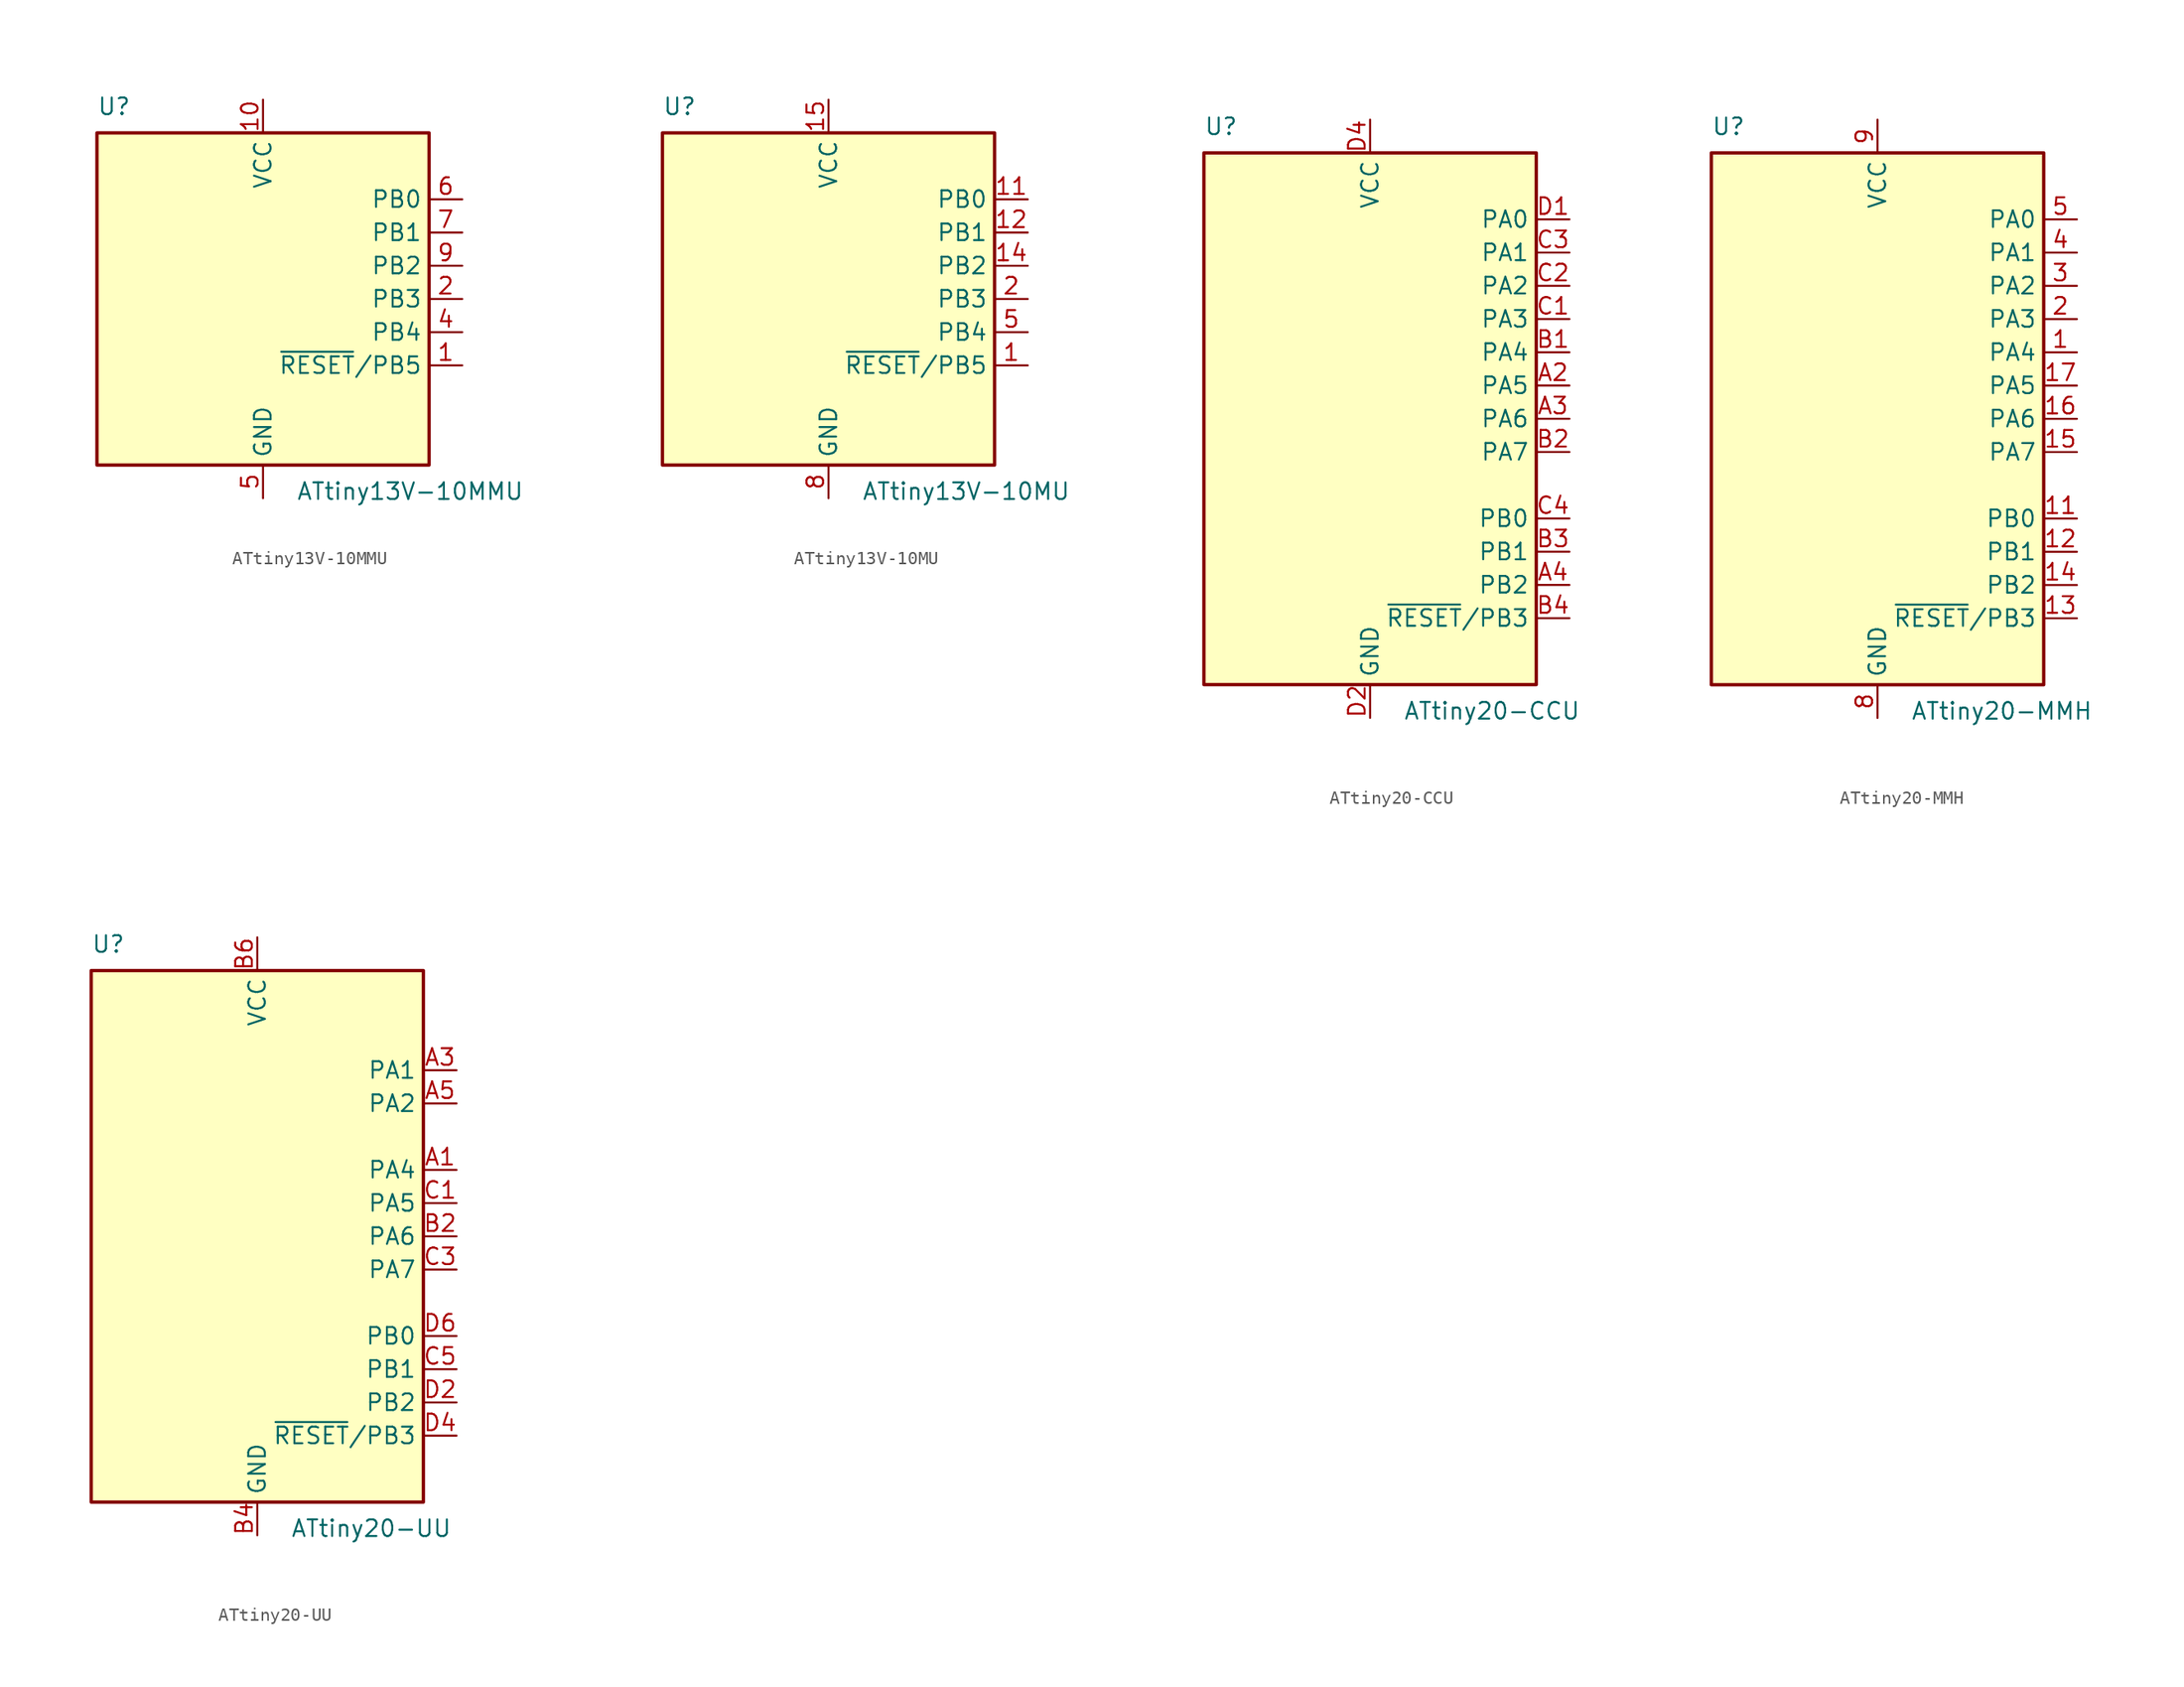
<source format=kicad_sym>
(kicad_symbol_lib
  (version 20201005)
  (generator kicad_symbol_editor)
  (symbol "ATtiny13V-10MMU"
    (property "Reference" "U"
      (at -12.7 13.97 0)
      (effects (font (size 1.27 1.27)) (justify left bottom)))
    (property "Value" "ATtiny13V-10MMU"
      (at 2.54 -13.97 0)
      (effects (font (size 1.27 1.27)) (justify left top)))
    (symbol "ATtiny13V-10MMU_0_1"
      (rectangle (start -12.7 -12.7) (end 12.7 12.7) (stroke (width 0.254)) (fill (type background))))
    (symbol "ATtiny13V-10MMU_1_1"
      (pin tri_state line (at 15.24 -5.08 180) (length 2.54) (name "~RESET~/PB5" (effects (font (size 1.27 1.27)))) (number "1" (effects (font (size 1.27 1.27)))))
      (pin power_in line (at 0 15.24 270) (length 2.54) (name "VCC" (effects (font (size 1.27 1.27)))) (number "10" (effects (font (size 1.27 1.27)))))
      (pin passive line (at 0 -15.24 90) (length 2.54) hide (name "GND" (effects (font (size 1.27 1.27)))) (number "11" (effects (font (size 1.27 1.27)))))
      (pin tri_state line (at 15.24 0 180) (length 2.54) (name "PB3" (effects (font (size 1.27 1.27)))) (number "2" (effects (font (size 1.27 1.27)))))
      (pin no_connect line (at -12.7 -7.62 0) (length 2.54) hide (name "NC" (effects (font (size 1.27 1.27)))) (number "3" (effects (font (size 1.27 1.27)))))
      (pin tri_state line (at 15.24 -2.54 180) (length 2.54) (name "PB4" (effects (font (size 1.27 1.27)))) (number "4" (effects (font (size 1.27 1.27)))))
      (pin power_in line (at 0 -15.24 90) (length 2.54) (name "GND" (effects (font (size 1.27 1.27)))) (number "5" (effects (font (size 1.27 1.27)))))
      (pin tri_state line (at 15.24 7.62 180) (length 2.54) (name "PB0" (effects (font (size 1.27 1.27)))) (number "6" (effects (font (size 1.27 1.27)))))
      (pin tri_state line (at 15.24 5.08 180) (length 2.54) (name "PB1" (effects (font (size 1.27 1.27)))) (number "7" (effects (font (size 1.27 1.27)))))
      (pin no_connect line (at -12.7 -10.16 0) (length 2.54) hide (name "NC" (effects (font (size 1.27 1.27)))) (number "8" (effects (font (size 1.27 1.27)))))
      (pin tri_state line (at 15.24 2.54 180) (length 2.54) (name "PB2" (effects (font (size 1.27 1.27)))) (number "9" (effects (font (size 1.27 1.27)))))))
  (symbol "ATtiny13V-10MU"
    (property "Reference" "U"
      (at -12.7 13.97 0)
      (effects (font (size 1.27 1.27)) (justify left bottom)))
    (property "Value" "ATtiny13V-10MU"
      (at 2.54 -13.97 0)
      (effects (font (size 1.27 1.27)) (justify left top)))
    (symbol "ATtiny13V-10MU_0_1"
      (rectangle (start -12.7 -12.7) (end 12.7 12.7) (stroke (width 0.254)) (fill (type background))))
    (symbol "ATtiny13V-10MU_1_1"
      (pin tri_state line (at 15.24 -5.08 180) (length 2.54) (name "~RESET~/PB5" (effects (font (size 1.27 1.27)))) (number "1" (effects (font (size 1.27 1.27)))))
      (pin no_connect line (at -12.7 -2.54 0) (length 2.54) hide (name "NC" (effects (font (size 1.27 1.27)))) (number "10" (effects (font (size 1.27 1.27)))))
      (pin tri_state line (at 15.24 7.62 180) (length 2.54) (name "PB0" (effects (font (size 1.27 1.27)))) (number "11" (effects (font (size 1.27 1.27)))))
      (pin tri_state line (at 15.24 5.08 180) (length 2.54) (name "PB1" (effects (font (size 1.27 1.27)))) (number "12" (effects (font (size 1.27 1.27)))))
      (pin no_connect line (at -12.7 -5.08 0) (length 2.54) hide (name "NC" (effects (font (size 1.27 1.27)))) (number "13" (effects (font (size 1.27 1.27)))))
      (pin tri_state line (at 15.24 2.54 180) (length 2.54) (name "PB2" (effects (font (size 1.27 1.27)))) (number "14" (effects (font (size 1.27 1.27)))))
      (pin power_in line (at 0 15.24 270) (length 2.54) (name "VCC" (effects (font (size 1.27 1.27)))) (number "15" (effects (font (size 1.27 1.27)))))
      (pin no_connect line (at -12.7 -7.62 0) (length 2.54) hide (name "NC" (effects (font (size 1.27 1.27)))) (number "16" (effects (font (size 1.27 1.27)))))
      (pin no_connect line (at -12.7 -10.16 0) (length 2.54) hide (name "NC" (effects (font (size 1.27 1.27)))) (number "17" (effects (font (size 1.27 1.27)))))
      (pin no_connect line (at -7.62 -12.7 90) (length 2.54) hide (name "NC" (effects (font (size 1.27 1.27)))) (number "18" (effects (font (size 1.27 1.27)))))
      (pin no_connect line (at -5.08 -12.7 90) (length 2.54) hide (name "NC" (effects (font (size 1.27 1.27)))) (number "19" (effects (font (size 1.27 1.27)))))
      (pin tri_state line (at 15.24 0 180) (length 2.54) (name "PB3" (effects (font (size 1.27 1.27)))) (number "2" (effects (font (size 1.27 1.27)))))
      (pin no_connect line (at -2.54 -12.7 90) (length 2.54) hide (name "NC" (effects (font (size 1.27 1.27)))) (number "20" (effects (font (size 1.27 1.27)))))
      (pin passive line (at 0 -15.24 90) (length 2.54) hide (name "GND" (effects (font (size 1.27 1.27)))) (number "21" (effects (font (size 1.27 1.27)))))
      (pin no_connect line (at -12.7 10.16 0) (length 2.54) hide (name "NC" (effects (font (size 1.27 1.27)))) (number "3" (effects (font (size 1.27 1.27)))))
      (pin no_connect line (at -12.7 7.62 0) (length 2.54) hide (name "NC" (effects (font (size 1.27 1.27)))) (number "4" (effects (font (size 1.27 1.27)))))
      (pin tri_state line (at 15.24 -2.54 180) (length 2.54) (name "PB4" (effects (font (size 1.27 1.27)))) (number "5" (effects (font (size 1.27 1.27)))))
      (pin no_connect line (at -12.7 5.08 0) (length 2.54) hide (name "NC" (effects (font (size 1.27 1.27)))) (number "6" (effects (font (size 1.27 1.27)))))
      (pin no_connect line (at -12.7 2.54 0) (length 2.54) hide (name "NC" (effects (font (size 1.27 1.27)))) (number "7" (effects (font (size 1.27 1.27)))))
      (pin power_in line (at 0 -15.24 90) (length 2.54) (name "GND" (effects (font (size 1.27 1.27)))) (number "8" (effects (font (size 1.27 1.27)))))
      (pin no_connect line (at -12.7 0 0) (length 2.54) hide (name "NC" (effects (font (size 1.27 1.27)))) (number "9" (effects (font (size 1.27 1.27)))))))
  (symbol "ATtiny20-CCU"
    (property "Reference" "U"
      (at -12.7 21.59 0)
      (effects (font (size 1.27 1.27)) (justify left bottom)))
    (property "Value" "ATtiny20-CCU"
      (at 2.54 -21.59 0)
      (effects (font (size 1.27 1.27)) (justify left top)))
    (symbol "ATtiny20-CCU_0_1"
      (rectangle (start -12.7 -20.32) (end 12.7 20.32) (stroke (width 0.254)) (fill (type background))))
    (symbol "ATtiny20-CCU_1_1"
      (pin tri_state line (at 15.24 2.54 180) (length 2.54) (name "PA5" (effects (font (size 1.27 1.27)))) (number "A2" (effects (font (size 1.27 1.27)))))
      (pin tri_state line (at 15.24 0 180) (length 2.54) (name "PA6" (effects (font (size 1.27 1.27)))) (number "A3" (effects (font (size 1.27 1.27)))))
      (pin tri_state line (at 15.24 -12.7 180) (length 2.54) (name "PB2" (effects (font (size 1.27 1.27)))) (number "A4" (effects (font (size 1.27 1.27)))))
      (pin tri_state line (at 15.24 5.08 180) (length 2.54) (name "PA4" (effects (font (size 1.27 1.27)))) (number "B1" (effects (font (size 1.27 1.27)))))
      (pin tri_state line (at 15.24 -2.54 180) (length 2.54) (name "PA7" (effects (font (size 1.27 1.27)))) (number "B2" (effects (font (size 1.27 1.27)))))
      (pin tri_state line (at 15.24 -10.16 180) (length 2.54) (name "PB1" (effects (font (size 1.27 1.27)))) (number "B3" (effects (font (size 1.27 1.27)))))
      (pin tri_state line (at 15.24 -15.24 180) (length 2.54) (name "~RESET~/PB3" (effects (font (size 1.27 1.27)))) (number "B4" (effects (font (size 1.27 1.27)))))
      (pin tri_state line (at 15.24 7.62 180) (length 2.54) (name "PA3" (effects (font (size 1.27 1.27)))) (number "C1" (effects (font (size 1.27 1.27)))))
      (pin tri_state line (at 15.24 10.16 180) (length 2.54) (name "PA2" (effects (font (size 1.27 1.27)))) (number "C2" (effects (font (size 1.27 1.27)))))
      (pin tri_state line (at 15.24 12.7 180) (length 2.54) (name "PA1" (effects (font (size 1.27 1.27)))) (number "C3" (effects (font (size 1.27 1.27)))))
      (pin tri_state line (at 15.24 -7.62 180) (length 2.54) (name "PB0" (effects (font (size 1.27 1.27)))) (number "C4" (effects (font (size 1.27 1.27)))))
      (pin tri_state line (at 15.24 15.24 180) (length 2.54) (name "PA0" (effects (font (size 1.27 1.27)))) (number "D1" (effects (font (size 1.27 1.27)))))
      (pin power_in line (at 0 -22.86 90) (length 2.54) (name "GND" (effects (font (size 1.27 1.27)))) (number "D2" (effects (font (size 1.27 1.27)))))
      (pin passive line (at 0 -22.86 90) (length 2.54) hide (name "GND" (effects (font (size 1.27 1.27)))) (number "D3" (effects (font (size 1.27 1.27)))))
      (pin power_in line (at 0 22.86 270) (length 2.54) (name "VCC" (effects (font (size 1.27 1.27)))) (number "D4" (effects (font (size 1.27 1.27)))))))
  (symbol "ATtiny20-MMH"
    (property "Reference" "U"
      (at -12.7 21.59 0)
      (effects (font (size 1.27 1.27)) (justify left bottom)))
    (property "Value" "ATtiny20-MMH"
      (at 2.54 -21.59 0)
      (effects (font (size 1.27 1.27)) (justify left top)))
    (symbol "ATtiny20-MMH_0_1"
      (rectangle (start -12.7 -20.32) (end 12.7 20.32) (stroke (width 0.254)) (fill (type background))))
    (symbol "ATtiny20-MMH_1_1"
      (pin tri_state line (at 15.24 5.08 180) (length 2.54) (name "PA4" (effects (font (size 1.27 1.27)))) (number "1" (effects (font (size 1.27 1.27)))))
      (pin no_connect line (at -12.7 -10.16 0) (length 2.54) hide (name "NC" (effects (font (size 1.27 1.27)))) (number "10" (effects (font (size 1.27 1.27)))))
      (pin tri_state line (at 15.24 -7.62 180) (length 2.54) (name "PB0" (effects (font (size 1.27 1.27)))) (number "11" (effects (font (size 1.27 1.27)))))
      (pin tri_state line (at 15.24 -10.16 180) (length 2.54) (name "PB1" (effects (font (size 1.27 1.27)))) (number "12" (effects (font (size 1.27 1.27)))))
      (pin tri_state line (at 15.24 -15.24 180) (length 2.54) (name "~RESET~/PB3" (effects (font (size 1.27 1.27)))) (number "13" (effects (font (size 1.27 1.27)))))
      (pin tri_state line (at 15.24 -12.7 180) (length 2.54) (name "PB2" (effects (font (size 1.27 1.27)))) (number "14" (effects (font (size 1.27 1.27)))))
      (pin tri_state line (at 15.24 -2.54 180) (length 2.54) (name "PA7" (effects (font (size 1.27 1.27)))) (number "15" (effects (font (size 1.27 1.27)))))
      (pin tri_state line (at 15.24 0 180) (length 2.54) (name "PA6" (effects (font (size 1.27 1.27)))) (number "16" (effects (font (size 1.27 1.27)))))
      (pin tri_state line (at 15.24 2.54 180) (length 2.54) (name "PA5" (effects (font (size 1.27 1.27)))) (number "17" (effects (font (size 1.27 1.27)))))
      (pin no_connect line (at -12.7 -12.7 0) (length 2.54) hide (name "NC" (effects (font (size 1.27 1.27)))) (number "18" (effects (font (size 1.27 1.27)))))
      (pin no_connect line (at -12.7 -15.24 0) (length 2.54) hide (name "NC" (effects (font (size 1.27 1.27)))) (number "19" (effects (font (size 1.27 1.27)))))
      (pin tri_state line (at 15.24 7.62 180) (length 2.54) (name "PA3" (effects (font (size 1.27 1.27)))) (number "2" (effects (font (size 1.27 1.27)))))
      (pin no_connect line (at -12.7 -17.78 0) (length 2.54) hide (name "NC" (effects (font (size 1.27 1.27)))) (number "20" (effects (font (size 1.27 1.27)))))
      (pin passive line (at 0 -22.86 90) (length 2.54) hide (name "GND" (effects (font (size 1.27 1.27)))) (number "21" (effects (font (size 1.27 1.27)))))
      (pin tri_state line (at 15.24 10.16 180) (length 2.54) (name "PA2" (effects (font (size 1.27 1.27)))) (number "3" (effects (font (size 1.27 1.27)))))
      (pin tri_state line (at 15.24 12.7 180) (length 2.54) (name "PA1" (effects (font (size 1.27 1.27)))) (number "4" (effects (font (size 1.27 1.27)))))
      (pin tri_state line (at 15.24 15.24 180) (length 2.54) (name "PA0" (effects (font (size 1.27 1.27)))) (number "5" (effects (font (size 1.27 1.27)))))
      (pin no_connect line (at -12.7 -5.08 0) (length 2.54) hide (name "NC" (effects (font (size 1.27 1.27)))) (number "6" (effects (font (size 1.27 1.27)))))
      (pin no_connect line (at -12.7 -7.62 0) (length 2.54) hide (name "NC" (effects (font (size 1.27 1.27)))) (number "7" (effects (font (size 1.27 1.27)))))
      (pin power_in line (at 0 -22.86 90) (length 2.54) (name "GND" (effects (font (size 1.27 1.27)))) (number "8" (effects (font (size 1.27 1.27)))))
      (pin power_in line (at 0 22.86 270) (length 2.54) (name "VCC" (effects (font (size 1.27 1.27)))) (number "9" (effects (font (size 1.27 1.27)))))))
  (symbol "ATtiny20-UU"
    (property "Reference" "U"
      (at -12.7 21.59 0)
      (effects (font (size 1.27 1.27)) (justify left bottom)))
    (property "Value" "ATtiny20-UU"
      (at 2.54 -21.59 0)
      (effects (font (size 1.27 1.27)) (justify left top)))
    (symbol "ATtiny20-UU_0_1"
      (rectangle (start -12.7 -20.32) (end 12.7 20.32) (stroke (width 0.254)) (fill (type background))))
    (symbol "ATtiny20-UU_1_1"
      (pin tri_state line (at 15.24 5.08 180) (length 2.54) (name "PA4" (effects (font (size 1.27 1.27)))) (number "A1" (effects (font (size 1.27 1.27)))))
      (pin tri_state line (at 15.24 12.7 180) (length 2.54) (name "PA1" (effects (font (size 1.27 1.27)))) (number "A3" (effects (font (size 1.27 1.27)))))
      (pin tri_state line (at 15.24 10.16 180) (length 2.54) (name "PA2" (effects (font (size 1.27 1.27)))) (number "A5" (effects (font (size 1.27 1.27)))))
      (pin tri_state line (at 15.24 0 180) (length 2.54) (name "PA6" (effects (font (size 1.27 1.27)))) (number "B2" (effects (font (size 1.27 1.27)))))
      (pin power_in line (at 0 -22.86 90) (length 2.54) (name "GND" (effects (font (size 1.27 1.27)))) (number "B4" (effects (font (size 1.27 1.27)))))
      (pin power_in line (at 0 22.86 270) (length 2.54) (name "VCC" (effects (font (size 1.27 1.27)))) (number "B6" (effects (font (size 1.27 1.27)))))
      (pin tri_state line (at 15.24 2.54 180) (length 2.54) (name "PA5" (effects (font (size 1.27 1.27)))) (number "C1" (effects (font (size 1.27 1.27)))))
      (pin tri_state line (at 15.24 -2.54 180) (length 2.54) (name "PA7" (effects (font (size 1.27 1.27)))) (number "C3" (effects (font (size 1.27 1.27)))))
      (pin tri_state line (at 15.24 -10.16 180) (length 2.54) (name "PB1" (effects (font (size 1.27 1.27)))) (number "C5" (effects (font (size 1.27 1.27)))))
      (pin tri_state line (at 15.24 -12.7 180) (length 2.54) (name "PB2" (effects (font (size 1.27 1.27)))) (number "D2" (effects (font (size 1.27 1.27)))))
      (pin tri_state line (at 15.24 -15.24 180) (length 2.54) (name "~RESET~/PB3" (effects (font (size 1.27 1.27)))) (number "D4" (effects (font (size 1.27 1.27)))))
      (pin tri_state line (at 15.24 -7.62 180) (length 2.54) (name "PB0" (effects (font (size 1.27 1.27)))) (number "D6" (effects (font (size 1.27 1.27))))))))
</source>
